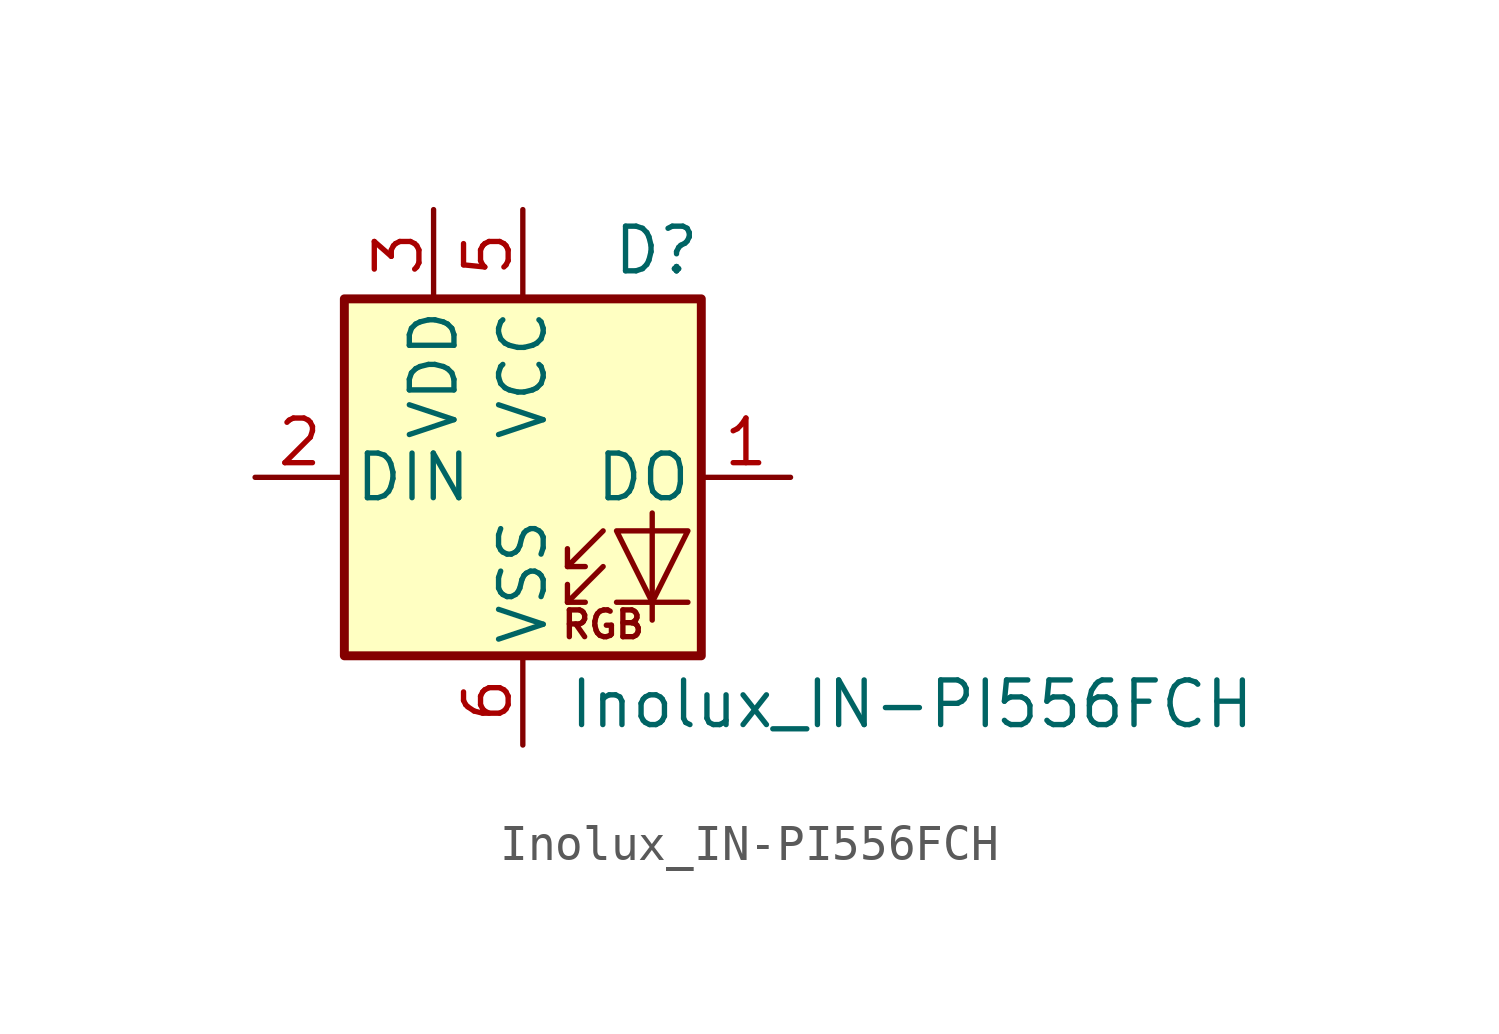
<source format=kicad_sym>
(kicad_symbol_lib
  (version 20200908)
  (generator kicad_symbol_editor)
  (symbol "LED:Inolux_IN-PI556FCH"
    (pin_names
      (offset 0.254))
    (property "Reference" "D"
      (at 5.08 5.715 0)
      (effects (font (size 1.27 1.27)) (justify right bottom)))
    (property "Value" "Inolux_IN-PI556FCH"
      (at 1.27 -5.715 0)
      (effects (font (size 1.27 1.27)) (justify left top)))
    (symbol "Inolux_IN-PI556FCH_0_0"
      (text "RGB" (at 2.286 -4.191 0) (effects (font (size 0.762 0.762)))))
    (symbol "Inolux_IN-PI556FCH_0_1"
      (rectangle (start 5.08 5.08) (end -5.08 -5.08) (stroke (width 0.254)) (fill (type background)))
      (polyline (pts (xy 1.27 -3.556) (xy 1.778 -3.556)) (stroke (width 0)) (fill (type none)))
      (polyline (pts (xy 1.27 -2.54) (xy 1.778 -2.54)) (stroke (width 0)) (fill (type none)))
      (polyline (pts (xy 4.699 -3.556) (xy 2.667 -3.556)) (stroke (width 0)) (fill (type none)))
      (polyline (pts (xy 2.286 -2.54) (xy 1.27 -3.556) (xy 1.27 -3.048)) (stroke (width 0)) (fill (type none)))
      (polyline (pts (xy 2.286 -1.524) (xy 1.27 -2.54) (xy 1.27 -2.032)) (stroke (width 0)) (fill (type none)))
      (polyline (pts (xy 3.683 -1.016) (xy 3.683 -3.556) (xy 3.683 -4.064)) (stroke (width 0)) (fill (type none)))
      (polyline (pts (xy 4.699 -1.524) (xy 2.667 -1.524) (xy 3.683 -3.556) (xy 4.699 -1.524)) (stroke (width 0)) (fill (type none))))
    (symbol "Inolux_IN-PI556FCH_1_1"
      (pin output line (at 7.62 0 180) (length 2.54) (name "DO" (effects (font (size 1.27 1.27)))) (number "1" (effects (font (size 1.27 1.27)))))
      (pin input line (at -7.62 0 0) (length 2.54) (name "DIN" (effects (font (size 1.27 1.27)))) (number "2" (effects (font (size 1.27 1.27)))))
      (pin power_in line (at -2.54 7.62 270) (length 2.54) (name "VDD" (effects (font (size 1.27 1.27)))) (number "3" (effects (font (size 1.27 1.27)))))
      (pin unconnected line (at 5.08 2.54 180) (length 2.54) hide (name "NC" (effects (font (size 1.27 1.27)))) (number "4" (effects (font (size 1.27 1.27)))))
      (pin power_in line (at 0 7.62 270) (length 2.54) (name "VCC" (effects (font (size 1.27 1.27)))) (number "5" (effects (font (size 1.27 1.27)))))
      (pin power_in line (at 0 -7.62 90) (length 2.54) (name "VSS" (effects (font (size 1.27 1.27)))) (number "6" (effects (font (size 1.27 1.27))))))))
</source>
